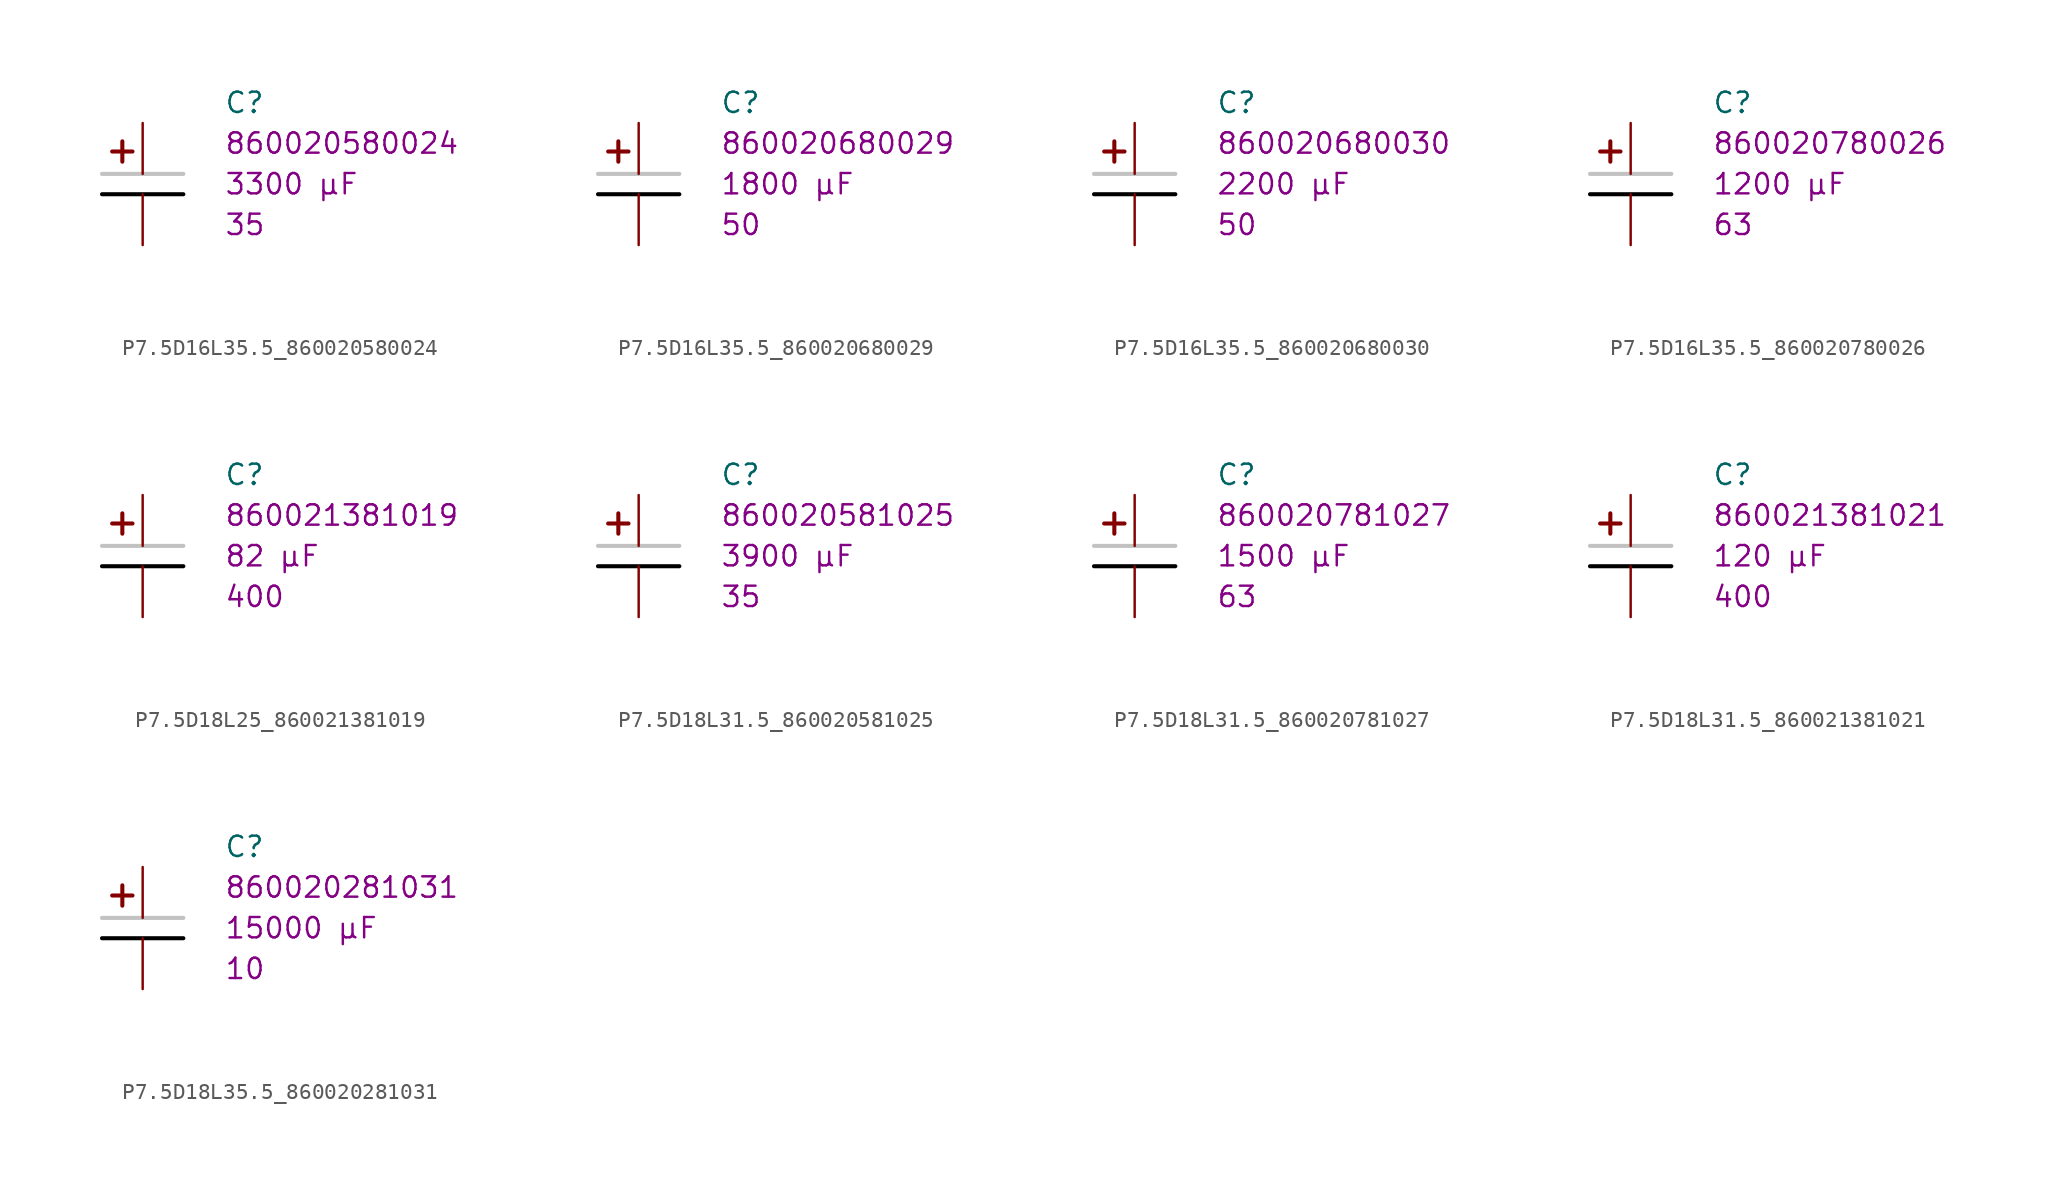
<source format=kicad_sym>
(kicad_symbol_lib
  (version 20220914)
  (generator kicad_symbol_editor)
  (symbol "P7.5D16L35.5_860020580024"
    (pin_numbers hide)
    (pin_names hide)
    (property "Reference" "C"
      (at 5.08 5.08 0)
      (effects (font (size 1.27 1.27)) (justify left)))
    (property "Part Number" "860020580024"
      (at 5.08 2.54 0)
      (effects (font (size 1.27 1.27)) (justify left)))
    (property "Capacitance" "3300 µF"
      (at 5.08 0 0)
      (effects (font (size 1.27 1.27)) (justify left)))
    (property "Voltage" "35"
      (at 5.08 -2.54 0)
      (effects (font (size 1.27 1.27)) (justify left)))
    (property "Critical Parameter" ""
      (at 0 -7.62 0)
      (effects (font (size 1.27 1.27))))
    (symbol "P7.5D16L35.5_860020580024_1_1"
      (polyline (pts (xy -1.27 2.667) (xy -1.27 1.397)) (stroke (width 0.254) (type default)) (fill (type none)))
      (polyline (pts (xy -0.635 2.032) (xy -1.905 2.032)) (stroke (width 0.254) (type default)) (fill (type none)))
      (polyline (pts (xy 2.54 -0.635) (xy -2.54 -0.635)) (stroke (width 0.254) (type default) (color 0 0 0 1)) (fill (type none)))
      (polyline (pts (xy 2.54 0.635) (xy -2.54 0.635)) (stroke (width 0.254) (type default) (color 194 194 194 1)) (fill (type none)))
      (pin passive line (at 0 3.81 270) (length 3.175) (name "1" (effects (font (size 1.27 1.27)))) (number "1" (effects (font (size 1.27 1.27)))))
      (pin passive line (at 0 -3.81 90) (length 3.175) (name "2" (effects (font (size 1.27 1.27)))) (number "2" (effects (font (size 1.27 1.27)))))))
  (symbol "P7.5D16L35.5_860020680029"
    (pin_numbers hide)
    (pin_names hide)
    (property "Reference" "C"
      (at 5.08 5.08 0)
      (effects (font (size 1.27 1.27)) (justify left)))
    (property "Part Number" "860020680029"
      (at 5.08 2.54 0)
      (effects (font (size 1.27 1.27)) (justify left)))
    (property "Capacitance" "1800 µF"
      (at 5.08 0 0)
      (effects (font (size 1.27 1.27)) (justify left)))
    (property "Voltage" "50"
      (at 5.08 -2.54 0)
      (effects (font (size 1.27 1.27)) (justify left)))
    (property "Critical Parameter" ""
      (at 0 -7.62 0)
      (effects (font (size 1.27 1.27))))
    (symbol "P7.5D16L35.5_860020680029_1_1"
      (polyline (pts (xy -1.27 2.667) (xy -1.27 1.397)) (stroke (width 0.254) (type default)) (fill (type none)))
      (polyline (pts (xy -0.635 2.032) (xy -1.905 2.032)) (stroke (width 0.254) (type default)) (fill (type none)))
      (polyline (pts (xy 2.54 -0.635) (xy -2.54 -0.635)) (stroke (width 0.254) (type default) (color 0 0 0 1)) (fill (type none)))
      (polyline (pts (xy 2.54 0.635) (xy -2.54 0.635)) (stroke (width 0.254) (type default) (color 194 194 194 1)) (fill (type none)))
      (pin passive line (at 0 3.81 270) (length 3.175) (name "1" (effects (font (size 1.27 1.27)))) (number "1" (effects (font (size 1.27 1.27)))))
      (pin passive line (at 0 -3.81 90) (length 3.175) (name "2" (effects (font (size 1.27 1.27)))) (number "2" (effects (font (size 1.27 1.27)))))))
  (symbol "P7.5D16L35.5_860020680030"
    (pin_numbers hide)
    (pin_names hide)
    (property "Reference" "C"
      (at 5.08 5.08 0)
      (effects (font (size 1.27 1.27)) (justify left)))
    (property "Part Number" "860020680030"
      (at 5.08 2.54 0)
      (effects (font (size 1.27 1.27)) (justify left)))
    (property "Capacitance" "2200 µF"
      (at 5.08 0 0)
      (effects (font (size 1.27 1.27)) (justify left)))
    (property "Voltage" "50"
      (at 5.08 -2.54 0)
      (effects (font (size 1.27 1.27)) (justify left)))
    (property "Critical Parameter" ""
      (at 0 -7.62 0)
      (effects (font (size 1.27 1.27))))
    (symbol "P7.5D16L35.5_860020680030_1_1"
      (polyline (pts (xy -1.27 2.667) (xy -1.27 1.397)) (stroke (width 0.254) (type default)) (fill (type none)))
      (polyline (pts (xy -0.635 2.032) (xy -1.905 2.032)) (stroke (width 0.254) (type default)) (fill (type none)))
      (polyline (pts (xy 2.54 -0.635) (xy -2.54 -0.635)) (stroke (width 0.254) (type default) (color 0 0 0 1)) (fill (type none)))
      (polyline (pts (xy 2.54 0.635) (xy -2.54 0.635)) (stroke (width 0.254) (type default) (color 194 194 194 1)) (fill (type none)))
      (pin passive line (at 0 3.81 270) (length 3.175) (name "1" (effects (font (size 1.27 1.27)))) (number "1" (effects (font (size 1.27 1.27)))))
      (pin passive line (at 0 -3.81 90) (length 3.175) (name "2" (effects (font (size 1.27 1.27)))) (number "2" (effects (font (size 1.27 1.27)))))))
  (symbol "P7.5D16L35.5_860020780026"
    (pin_numbers hide)
    (pin_names hide)
    (property "Reference" "C"
      (at 5.08 5.08 0)
      (effects (font (size 1.27 1.27)) (justify left)))
    (property "Part Number" "860020780026"
      (at 5.08 2.54 0)
      (effects (font (size 1.27 1.27)) (justify left)))
    (property "Capacitance" "1200 µF"
      (at 5.08 0 0)
      (effects (font (size 1.27 1.27)) (justify left)))
    (property "Voltage" "63"
      (at 5.08 -2.54 0)
      (effects (font (size 1.27 1.27)) (justify left)))
    (property "Critical Parameter" ""
      (at 0 -7.62 0)
      (effects (font (size 1.27 1.27))))
    (symbol "P7.5D16L35.5_860020780026_1_1"
      (polyline (pts (xy -1.27 2.667) (xy -1.27 1.397)) (stroke (width 0.254) (type default)) (fill (type none)))
      (polyline (pts (xy -0.635 2.032) (xy -1.905 2.032)) (stroke (width 0.254) (type default)) (fill (type none)))
      (polyline (pts (xy 2.54 -0.635) (xy -2.54 -0.635)) (stroke (width 0.254) (type default) (color 0 0 0 1)) (fill (type none)))
      (polyline (pts (xy 2.54 0.635) (xy -2.54 0.635)) (stroke (width 0.254) (type default) (color 194 194 194 1)) (fill (type none)))
      (pin passive line (at 0 3.81 270) (length 3.175) (name "1" (effects (font (size 1.27 1.27)))) (number "1" (effects (font (size 1.27 1.27)))))
      (pin passive line (at 0 -3.81 90) (length 3.175) (name "2" (effects (font (size 1.27 1.27)))) (number "2" (effects (font (size 1.27 1.27)))))))
  (symbol "P7.5D18L25_860021381019"
    (pin_numbers hide)
    (pin_names hide)
    (property "Reference" "C"
      (at 5.08 5.08 0)
      (effects (font (size 1.27 1.27)) (justify left)))
    (property "Part Number" "860021381019"
      (at 5.08 2.54 0)
      (effects (font (size 1.27 1.27)) (justify left)))
    (property "Capacitance" "82 µF"
      (at 5.08 0 0)
      (effects (font (size 1.27 1.27)) (justify left)))
    (property "Voltage" "400"
      (at 5.08 -2.54 0)
      (effects (font (size 1.27 1.27)) (justify left)))
    (property "Critical Parameter" ""
      (at 0 -7.62 0)
      (effects (font (size 1.27 1.27))))
    (symbol "P7.5D18L25_860021381019_1_1"
      (polyline (pts (xy -1.27 2.667) (xy -1.27 1.397)) (stroke (width 0.254) (type default)) (fill (type none)))
      (polyline (pts (xy -0.635 2.032) (xy -1.905 2.032)) (stroke (width 0.254) (type default)) (fill (type none)))
      (polyline (pts (xy 2.54 -0.635) (xy -2.54 -0.635)) (stroke (width 0.254) (type default) (color 0 0 0 1)) (fill (type none)))
      (polyline (pts (xy 2.54 0.635) (xy -2.54 0.635)) (stroke (width 0.254) (type default) (color 194 194 194 1)) (fill (type none)))
      (pin passive line (at 0 3.81 270) (length 3.175) (name "1" (effects (font (size 1.27 1.27)))) (number "1" (effects (font (size 1.27 1.27)))))
      (pin passive line (at 0 -3.81 90) (length 3.175) (name "2" (effects (font (size 1.27 1.27)))) (number "2" (effects (font (size 1.27 1.27)))))))
  (symbol "P7.5D18L31.5_860020581025"
    (pin_numbers hide)
    (pin_names hide)
    (property "Reference" "C"
      (at 5.08 5.08 0)
      (effects (font (size 1.27 1.27)) (justify left)))
    (property "Part Number" "860020581025"
      (at 5.08 2.54 0)
      (effects (font (size 1.27 1.27)) (justify left)))
    (property "Capacitance" "3900 µF"
      (at 5.08 0 0)
      (effects (font (size 1.27 1.27)) (justify left)))
    (property "Voltage" "35"
      (at 5.08 -2.54 0)
      (effects (font (size 1.27 1.27)) (justify left)))
    (property "Critical Parameter" ""
      (at 0 -7.62 0)
      (effects (font (size 1.27 1.27))))
    (symbol "P7.5D18L31.5_860020581025_1_1"
      (polyline (pts (xy -1.27 2.667) (xy -1.27 1.397)) (stroke (width 0.254) (type default)) (fill (type none)))
      (polyline (pts (xy -0.635 2.032) (xy -1.905 2.032)) (stroke (width 0.254) (type default)) (fill (type none)))
      (polyline (pts (xy 2.54 -0.635) (xy -2.54 -0.635)) (stroke (width 0.254) (type default) (color 0 0 0 1)) (fill (type none)))
      (polyline (pts (xy 2.54 0.635) (xy -2.54 0.635)) (stroke (width 0.254) (type default) (color 194 194 194 1)) (fill (type none)))
      (pin passive line (at 0 3.81 270) (length 3.175) (name "1" (effects (font (size 1.27 1.27)))) (number "1" (effects (font (size 1.27 1.27)))))
      (pin passive line (at 0 -3.81 90) (length 3.175) (name "2" (effects (font (size 1.27 1.27)))) (number "2" (effects (font (size 1.27 1.27)))))))
  (symbol "P7.5D18L31.5_860020781027"
    (pin_numbers hide)
    (pin_names hide)
    (property "Reference" "C"
      (at 5.08 5.08 0)
      (effects (font (size 1.27 1.27)) (justify left)))
    (property "Part Number" "860020781027"
      (at 5.08 2.54 0)
      (effects (font (size 1.27 1.27)) (justify left)))
    (property "Capacitance" "1500 µF"
      (at 5.08 0 0)
      (effects (font (size 1.27 1.27)) (justify left)))
    (property "Voltage" "63"
      (at 5.08 -2.54 0)
      (effects (font (size 1.27 1.27)) (justify left)))
    (property "Critical Parameter" ""
      (at 0 -7.62 0)
      (effects (font (size 1.27 1.27))))
    (symbol "P7.5D18L31.5_860020781027_1_1"
      (polyline (pts (xy -1.27 2.667) (xy -1.27 1.397)) (stroke (width 0.254) (type default)) (fill (type none)))
      (polyline (pts (xy -0.635 2.032) (xy -1.905 2.032)) (stroke (width 0.254) (type default)) (fill (type none)))
      (polyline (pts (xy 2.54 -0.635) (xy -2.54 -0.635)) (stroke (width 0.254) (type default) (color 0 0 0 1)) (fill (type none)))
      (polyline (pts (xy 2.54 0.635) (xy -2.54 0.635)) (stroke (width 0.254) (type default) (color 194 194 194 1)) (fill (type none)))
      (pin passive line (at 0 3.81 270) (length 3.175) (name "1" (effects (font (size 1.27 1.27)))) (number "1" (effects (font (size 1.27 1.27)))))
      (pin passive line (at 0 -3.81 90) (length 3.175) (name "2" (effects (font (size 1.27 1.27)))) (number "2" (effects (font (size 1.27 1.27)))))))
  (symbol "P7.5D18L31.5_860021381021"
    (pin_numbers hide)
    (pin_names hide)
    (property "Reference" "C"
      (at 5.08 5.08 0)
      (effects (font (size 1.27 1.27)) (justify left)))
    (property "Part Number" "860021381021"
      (at 5.08 2.54 0)
      (effects (font (size 1.27 1.27)) (justify left)))
    (property "Capacitance" "120 µF"
      (at 5.08 0 0)
      (effects (font (size 1.27 1.27)) (justify left)))
    (property "Voltage" "400"
      (at 5.08 -2.54 0)
      (effects (font (size 1.27 1.27)) (justify left)))
    (property "Critical Parameter" ""
      (at 0 -7.62 0)
      (effects (font (size 1.27 1.27))))
    (symbol "P7.5D18L31.5_860021381021_1_1"
      (polyline (pts (xy -1.27 2.667) (xy -1.27 1.397)) (stroke (width 0.254) (type default)) (fill (type none)))
      (polyline (pts (xy -0.635 2.032) (xy -1.905 2.032)) (stroke (width 0.254) (type default)) (fill (type none)))
      (polyline (pts (xy 2.54 -0.635) (xy -2.54 -0.635)) (stroke (width 0.254) (type default) (color 0 0 0 1)) (fill (type none)))
      (polyline (pts (xy 2.54 0.635) (xy -2.54 0.635)) (stroke (width 0.254) (type default) (color 194 194 194 1)) (fill (type none)))
      (pin passive line (at 0 3.81 270) (length 3.175) (name "1" (effects (font (size 1.27 1.27)))) (number "1" (effects (font (size 1.27 1.27)))))
      (pin passive line (at 0 -3.81 90) (length 3.175) (name "2" (effects (font (size 1.27 1.27)))) (number "2" (effects (font (size 1.27 1.27)))))))
  (symbol "P7.5D18L35.5_860020281031"
    (pin_numbers hide)
    (pin_names hide)
    (property "Reference" "C"
      (at 5.08 5.08 0)
      (effects (font (size 1.27 1.27)) (justify left)))
    (property "Part Number" "860020281031"
      (at 5.08 2.54 0)
      (effects (font (size 1.27 1.27)) (justify left)))
    (property "Capacitance" "15000 µF"
      (at 5.08 0 0)
      (effects (font (size 1.27 1.27)) (justify left)))
    (property "Voltage" "10"
      (at 5.08 -2.54 0)
      (effects (font (size 1.27 1.27)) (justify left)))
    (property "Critical Parameter" ""
      (at 0 -7.62 0)
      (effects (font (size 1.27 1.27))))
    (symbol "P7.5D18L35.5_860020281031_1_1"
      (polyline (pts (xy -1.27 2.667) (xy -1.27 1.397)) (stroke (width 0.254) (type default)) (fill (type none)))
      (polyline (pts (xy -0.635 2.032) (xy -1.905 2.032)) (stroke (width 0.254) (type default)) (fill (type none)))
      (polyline (pts (xy 2.54 -0.635) (xy -2.54 -0.635)) (stroke (width 0.254) (type default) (color 0 0 0 1)) (fill (type none)))
      (polyline (pts (xy 2.54 0.635) (xy -2.54 0.635)) (stroke (width 0.254) (type default) (color 194 194 194 1)) (fill (type none)))
      (pin passive line (at 0 3.81 270) (length 3.175) (name "1" (effects (font (size 1.27 1.27)))) (number "1" (effects (font (size 1.27 1.27)))))
      (pin passive line (at 0 -3.81 90) (length 3.175) (name "2" (effects (font (size 1.27 1.27)))) (number "2" (effects (font (size 1.27 1.27))))))))
</source>
